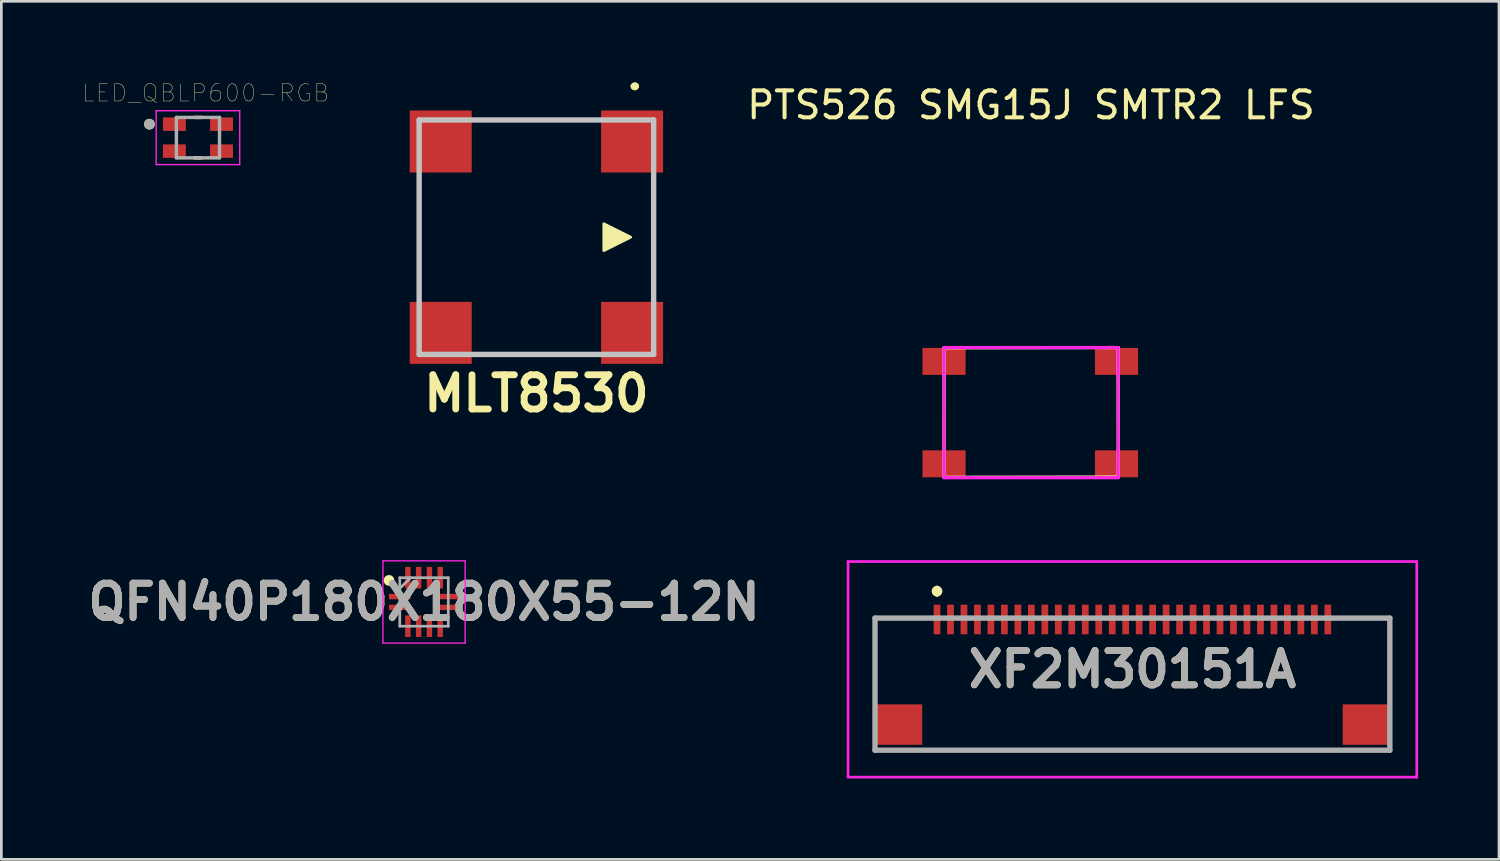
<source format=kicad_pcb>
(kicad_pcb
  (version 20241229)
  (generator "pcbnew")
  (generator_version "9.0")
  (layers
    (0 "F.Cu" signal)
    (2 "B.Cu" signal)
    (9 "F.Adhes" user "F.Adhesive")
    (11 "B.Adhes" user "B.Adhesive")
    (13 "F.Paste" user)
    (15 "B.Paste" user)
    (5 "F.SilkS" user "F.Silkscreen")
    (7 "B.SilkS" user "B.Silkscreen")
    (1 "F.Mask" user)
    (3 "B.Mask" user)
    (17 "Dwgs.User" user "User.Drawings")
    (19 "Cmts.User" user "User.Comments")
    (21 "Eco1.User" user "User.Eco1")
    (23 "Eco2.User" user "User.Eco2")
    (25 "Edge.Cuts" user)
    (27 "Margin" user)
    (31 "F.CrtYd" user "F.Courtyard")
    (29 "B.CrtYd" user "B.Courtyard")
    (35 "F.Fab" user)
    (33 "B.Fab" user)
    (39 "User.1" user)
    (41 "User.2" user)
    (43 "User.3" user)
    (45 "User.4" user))
  (footprint "MLT8530"
    (layer "F.Cu")
    (at 16.851 5.75)
    (property "Reference" "MLT8530" (at 0 5.8 0) (layer "F.SilkS") (effects (font (size 1.27 1.27) (thickness 0.254))))
    (attr smd)
    (fp_line (start -4.35 -1.75) (end -4.35 -1.75) (stroke (width 0.1) (type solid)) (layer "F.SilkS"))
    (fp_line (start -4.35 -1.75) (end -4.35 1.75) (stroke (width 0.1) (type solid)) (layer "F.SilkS"))
    (fp_line (start -4.35 1.75) (end -4.35 -1.75) (stroke (width 0.1) (type solid)) (layer "F.SilkS"))
    (fp_line (start -4.35 1.75) (end -4.35 1.75) (stroke (width 0.1) (type solid)) (layer "F.SilkS"))
    (fp_line (start -1.75 -4.35) (end -1.75 -4.35) (stroke (width 0.1) (type solid)) (layer "F.SilkS"))
    (fp_line (start -1.75 -4.35) (end 1.75 -4.35) (stroke (width 0.1) (type solid)) (layer "F.SilkS"))
    (fp_line (start -1.75 4.35) (end -1.75 4.35) (stroke (width 0.1) (type solid)) (layer "F.SilkS"))
    (fp_line (start -1.75 4.35) (end 1.75 4.35) (stroke (width 0.1) (type solid)) (layer "F.SilkS"))
    (fp_line (start 1.75 -4.35) (end -1.75 -4.35) (stroke (width 0.1) (type solid)) (layer "F.SilkS"))
    (fp_line (start 1.75 -4.35) (end 1.75 -4.35) (stroke (width 0.1) (type solid)) (layer "F.SilkS"))
    (fp_line (start 1.75 4.35) (end -1.75 4.35) (stroke (width 0.1) (type solid)) (layer "F.SilkS"))
    (fp_line (start 1.75 4.35) (end 1.75 4.35) (stroke (width 0.1) (type solid)) (layer "F.SilkS"))
    (fp_line (start 3.6 -5.6) (end 3.6 -5.6) (stroke (width 0.2) (type solid)) (layer "F.SilkS"))
    (fp_line (start 3.6 -5.6) (end 3.6 -5.6) (stroke (width 0.2) (type solid)) (layer "F.SilkS"))
    (fp_line (start 3.7 -5.6) (end 3.7 -5.6) (stroke (width 0.2) (type solid)) (layer "F.SilkS"))
    (fp_line (start 4.35 -1.75) (end 4.35 -1.75) (stroke (width 0.1) (type solid)) (layer "F.SilkS"))
    (fp_line (start 4.35 -1.75) (end 4.35 1.75) (stroke (width 0.1) (type solid)) (layer "F.SilkS"))
    (fp_line (start 4.35 1.75) (end 4.35 -1.75) (stroke (width 0.1) (type solid)) (layer "F.SilkS"))
    (fp_line (start 4.35 1.75) (end 4.35 1.75) (stroke (width 0.1) (type solid)) (layer "F.SilkS"))
    (fp_arc (start 3.6 -5.6) (mid 3.65 -5.65) (end 3.7 -5.6) (stroke (width 0.2) (type solid)) (layer "F.SilkS"))
    (fp_arc (start 3.7 -5.6) (mid 3.65 -5.55) (end 3.6 -5.6) (stroke (width 0.2) (type solid)) (layer "F.SilkS"))
    (fp_arc (start 3.7 -5.6) (mid 3.65 -5.55) (end 3.6 -5.6) (stroke (width 0.2) (type solid)) (layer "F.SilkS"))
    (fp_poly (pts (xy 2.5 0.5) (xy 2.5 0) (xy 2.5 -0.5) (xy 3.5 0)) (stroke (width 0.1) (type solid)) (fill yes) (layer "F.SilkS"))
    (fp_line (start -4.35 -4.35) (end -4.35 4.35) (stroke (width 0.2) (type solid)) (layer "Dwgs.User"))
    (fp_line (start -4.35 4.35) (end 4.35 4.35) (stroke (width 0.2) (type solid)) (layer "Dwgs.User"))
    (fp_line (start 4.35 -4.35) (end -4.35 -4.35) (stroke (width 0.2) (type solid)) (layer "Dwgs.User"))
    (fp_line (start 4.35 4.35) (end 4.35 -4.35) (stroke (width 0.2) (type solid)) (layer "Dwgs.User"))
    (pad "1" smd rect (at 3.55 -3.55 90) (size 2.3 2.3) (layers "F.Cu" "F.Mask" "F.Paste"))
    (pad "2" smd rect (at -3.55 -3.55 90) (size 2.3 2.3) (layers "F.Cu" "F.Mask" "F.Paste"))
    (pad "3" smd rect (at -3.55 3.55 90) (size 2.3 2.3) (layers "F.Cu" "F.Mask" "F.Paste"))
    (pad "4" smd rect (at 3.55 3.55 90) (size 2.3 2.3) (layers "F.Cu" "F.Mask" "F.Paste")))
  (footprint "LED_QBLP600-RGB"
    (layer "F.Cu")
    (at 4.294 2.057)
    (property "Reference" "LED_QBLP600-RGB" (at 0.282 -1.656 0) (layer "F.SilkS") (effects (font (size 0.64 0.64) (thickness 0.015))))
    (attr through_hole)
    (fp_line (start -0.13 -0.75) (end 0.13 -0.75) (stroke (width 0.127) (type solid)) (layer "F.SilkS"))
    (fp_line (start -0.13 0.75) (end 0.13 0.75) (stroke (width 0.127) (type solid)) (layer "F.SilkS"))
    (fp_circle (center -1.8 -0.5) (end -1.7 -0.5) (stroke (width 0.2) (type solid)) (fill no) (layer "F.SilkS"))
    (fp_line (start -1.55 -1) (end 1.55 -1) (stroke (width 0.05) (type solid)) (layer "F.CrtYd"))
    (fp_line (start -1.55 1) (end -1.55 -1) (stroke (width 0.05) (type solid)) (layer "F.CrtYd"))
    (fp_line (start 1.55 -1) (end 1.55 1) (stroke (width 0.05) (type solid)) (layer "F.CrtYd"))
    (fp_line (start 1.55 1) (end -1.55 1) (stroke (width 0.05) (type solid)) (layer "F.CrtYd"))
    (fp_line (start -0.8 -0.75) (end 0.8 -0.75) (stroke (width 0.127) (type solid)) (layer "F.Fab"))
    (fp_line (start -0.8 0.75) (end -0.8 -0.75) (stroke (width 0.127) (type solid)) (layer "F.Fab"))
    (fp_line (start 0.8 -0.75) (end 0.8 0.75) (stroke (width 0.127) (type solid)) (layer "F.Fab"))
    (fp_line (start 0.8 0.75) (end -0.8 0.75) (stroke (width 0.127) (type solid)) (layer "F.Fab"))
    (fp_circle (center -1.8 -0.5) (end -1.7 -0.5) (stroke (width 0.2) (type solid)) (fill no) (layer "F.Fab"))
    (pad "1" smd rect (at -0.875 -0.5) (size 0.85 0.5) (layers "F.Cu" "F.Mask" "F.Paste"))
    (pad "2" smd rect (at 0.875 -0.5) (size 0.85 0.5) (layers "F.Cu" "F.Mask" "F.Paste"))
    (pad "3" smd rect (at -0.875 0.5) (size 0.85 0.5) (layers "F.Cu" "F.Mask" "F.Paste"))
    (pad "4" smd rect (at 0.875 0.5) (size 0.85 0.5) (layers "F.Cu" "F.Mask" "F.Paste")))
  (footprint "QFN40P180X180X55-12N"
    (layer "F.Cu")
    (at 12.682 19.283)
    (property "Reference" "QFN40P180X180X55-12N" (at 0 0 0) (layer "F.SilkS") (effects (font (size 1.27 1.27) (thickness 0.254))))
    (attr smd)
    (fp_circle (center -1.3 -0.8) (end -1.3 -0.7) (stroke (width 0.2) (type solid)) (fill no) (layer "F.SilkS"))
    (fp_line (start -1.525 -1.525) (end 1.525 -1.525) (stroke (width 0.05) (type solid)) (layer "F.CrtYd"))
    (fp_line (start -1.525 1.525) (end -1.525 -1.525) (stroke (width 0.05) (type solid)) (layer "F.CrtYd"))
    (fp_line (start 1.525 -1.525) (end 1.525 1.525) (stroke (width 0.05) (type solid)) (layer "F.CrtYd"))
    (fp_line (start 1.525 1.525) (end -1.525 1.525) (stroke (width 0.05) (type solid)) (layer "F.CrtYd"))
    (fp_line (start -0.9 -0.9) (end 0.9 -0.9) (stroke (width 0.1) (type solid)) (layer "F.Fab"))
    (fp_line (start -0.9 -0.5) (end -0.5 -0.9) (stroke (width 0.1) (type solid)) (layer "F.Fab"))
    (fp_line (start -0.9 0.9) (end -0.9 -0.9) (stroke (width 0.1) (type solid)) (layer "F.Fab"))
    (fp_line (start 0.9 -0.9) (end 0.9 0.9) (stroke (width 0.1) (type solid)) (layer "F.Fab"))
    (fp_line (start 0.9 0.9) (end -0.9 0.9) (stroke (width 0.1) (type solid)) (layer "F.Fab"))
    (fp_text user "${REFERENCE}" (at 0 0 0) (layer "F.Fab") (effects (font (size 1.27 1.27) (thickness 0.254))))
    (pad "1" smd rect (at -0.9 -0.2 90) (size 0.2 0.8) (layers "F.Cu" "F.Mask" "F.Paste"))
    (pad "2" smd rect (at -0.9 0.2 90) (size 0.2 0.8) (layers "F.Cu" "F.Mask" "F.Paste"))
    (pad "3" smd rect (at -0.6 0.9) (size 0.2 0.8) (layers "F.Cu" "F.Mask" "F.Paste"))
    (pad "4" smd rect (at -0.2 0.9) (size 0.2 0.8) (layers "F.Cu" "F.Mask" "F.Paste"))
    (pad "5" smd rect (at 0.2 0.9) (size 0.2 0.8) (layers "F.Cu" "F.Mask" "F.Paste"))
    (pad "6" smd rect (at 0.6 0.9) (size 0.2 0.8) (layers "F.Cu" "F.Mask" "F.Paste"))
    (pad "7" smd rect (at 0.9 0.2 90) (size 0.2 0.8) (layers "F.Cu" "F.Mask" "F.Paste"))
    (pad "8" smd rect (at 0.9 -0.2 90) (size 0.2 0.8) (layers "F.Cu" "F.Mask" "F.Paste"))
    (pad "9" smd rect (at 0.6 -0.9) (size 0.2 0.8) (layers "F.Cu" "F.Mask" "F.Paste"))
    (pad "10" smd rect (at 0.2 -0.9) (size 0.2 0.8) (layers "F.Cu" "F.Mask" "F.Paste"))
    (pad "11" smd rect (at -0.2 -0.9) (size 0.2 0.8) (layers "F.Cu" "F.Mask" "F.Paste"))
    (pad "12" smd rect (at -0.6 -0.9) (size 0.2 0.8) (layers "F.Cu" "F.Mask" "F.Paste")))
  (footprint "XF2M30151A"
    (layer "F.Cu")
    (at 38.964 21.783)
    (property "Reference" "XF2M30151A" (at 0 0 0) (layer "F.SilkS") (effects (font (size 1.27 1.27) (thickness 0.254))))
    (attr smd)
    (fp_line (start -9.55 -1.9) (end -9.55 0.6) (stroke (width 0.1) (type solid)) (layer "F.SilkS"))
    (fp_line (start -9.5 3) (end 9.5 3) (stroke (width 0.1) (type solid)) (layer "F.SilkS"))
    (fp_line (start -8 -1.9) (end -9.55 -1.9) (stroke (width 0.1) (type solid)) (layer "F.SilkS"))
    (fp_line (start -7.25 -3) (end -7.25 -3) (stroke (width 0.2) (type solid)) (layer "F.SilkS"))
    (fp_line (start -7.25 -2.8) (end -7.25 -2.8) (stroke (width 0.2) (type solid)) (layer "F.SilkS"))
    (fp_line (start 8 -1.9) (end 9.55 -1.9) (stroke (width 0.1) (type solid)) (layer "F.SilkS"))
    (fp_line (start 9.55 -1.9) (end 9.55 0.6) (stroke (width 0.1) (type solid)) (layer "F.SilkS"))
    (fp_arc (start -7.25 -3) (mid -7.15 -2.9) (end -7.25 -2.8) (stroke (width 0.2) (type solid)) (layer "F.SilkS"))
    (fp_arc (start -7.25 -2.8) (mid -7.35 -2.9) (end -7.25 -3) (stroke (width 0.2) (type solid)) (layer "F.SilkS"))
    (fp_line (start -10.55 -4) (end 10.55 -4) (stroke (width 0.1) (type solid)) (layer "F.CrtYd"))
    (fp_line (start -10.55 4) (end -10.55 -4) (stroke (width 0.1) (type solid)) (layer "F.CrtYd"))
    (fp_line (start 10.55 -4) (end 10.55 4) (stroke (width 0.1) (type solid)) (layer "F.CrtYd"))
    (fp_line (start 10.55 4) (end -10.55 4) (stroke (width 0.1) (type solid)) (layer "F.CrtYd"))
    (fp_line (start -9.55 -1.9) (end 9.55 -1.9) (stroke (width 0.2) (type solid)) (layer "F.Fab"))
    (fp_line (start -9.55 3) (end -9.55 -1.9) (stroke (width 0.2) (type solid)) (layer "F.Fab"))
    (fp_line (start 9.55 -1.9) (end 9.55 3) (stroke (width 0.2) (type solid)) (layer "F.Fab"))
    (fp_line (start 9.55 3) (end -9.55 3) (stroke (width 0.2) (type solid)) (layer "F.Fab"))
    (fp_text user "${REFERENCE}" (at 0 0 0) (layer "F.Fab") (effects (font (size 1.27 1.27) (thickness 0.254))))
    (pad "1" smd rect (at -7.25 -1.85) (size 0.25 1.1) (layers "F.Cu" "F.Mask" "F.Paste"))
    (pad "2" smd rect (at -6.75 -1.85) (size 0.25 1.1) (layers "F.Cu" "F.Mask" "F.Paste"))
    (pad "3" smd rect (at -6.25 -1.85) (size 0.25 1.1) (layers "F.Cu" "F.Mask" "F.Paste"))
    (pad "4" smd rect (at -5.75 -1.85) (size 0.25 1.1) (layers "F.Cu" "F.Mask" "F.Paste"))
    (pad "5" smd rect (at -5.25 -1.85) (size 0.25 1.1) (layers "F.Cu" "F.Mask" "F.Paste"))
    (pad "6" smd rect (at -4.75 -1.85) (size 0.25 1.1) (layers "F.Cu" "F.Mask" "F.Paste"))
    (pad "7" smd rect (at -4.25 -1.85) (size 0.25 1.1) (layers "F.Cu" "F.Mask" "F.Paste"))
    (pad "8" smd rect (at -3.75 -1.85) (size 0.25 1.1) (layers "F.Cu" "F.Mask" "F.Paste"))
    (pad "9" smd rect (at -3.25 -1.85) (size 0.25 1.1) (layers "F.Cu" "F.Mask" "F.Paste"))
    (pad "10" smd rect (at -2.75 -1.85) (size 0.25 1.1) (layers "F.Cu" "F.Mask" "F.Paste"))
    (pad "11" smd rect (at -2.25 -1.85) (size 0.25 1.1) (layers "F.Cu" "F.Mask" "F.Paste"))
    (pad "12" smd rect (at -1.75 -1.85) (size 0.25 1.1) (layers "F.Cu" "F.Mask" "F.Paste"))
    (pad "13" smd rect (at -1.25 -1.85) (size 0.25 1.1) (layers "F.Cu" "F.Mask" "F.Paste"))
    (pad "14" smd rect (at -0.75 -1.85) (size 0.25 1.1) (layers "F.Cu" "F.Mask" "F.Paste"))
    (pad "15" smd rect (at -0.25 -1.85) (size 0.25 1.1) (layers "F.Cu" "F.Mask" "F.Paste"))
    (pad "16" smd rect (at 0.25 -1.85) (size 0.25 1.1) (layers "F.Cu" "F.Mask" "F.Paste"))
    (pad "17" smd rect (at 0.75 -1.85) (size 0.25 1.1) (layers "F.Cu" "F.Mask" "F.Paste"))
    (pad "18" smd rect (at 1.25 -1.85) (size 0.25 1.1) (layers "F.Cu" "F.Mask" "F.Paste"))
    (pad "19" smd rect (at 1.75 -1.85) (size 0.25 1.1) (layers "F.Cu" "F.Mask" "F.Paste"))
    (pad "20" smd rect (at 2.25 -1.85) (size 0.25 1.1) (layers "F.Cu" "F.Mask" "F.Paste"))
    (pad "21" smd rect (at 2.75 -1.85) (size 0.25 1.1) (layers "F.Cu" "F.Mask" "F.Paste"))
    (pad "22" smd rect (at 3.25 -1.85) (size 0.25 1.1) (layers "F.Cu" "F.Mask" "F.Paste"))
    (pad "23" smd rect (at 3.75 -1.85) (size 0.25 1.1) (layers "F.Cu" "F.Mask" "F.Paste"))
    (pad "24" smd rect (at 4.25 -1.85) (size 0.25 1.1) (layers "F.Cu" "F.Mask" "F.Paste"))
    (pad "25" smd rect (at 4.75 -1.85) (size 0.25 1.1) (layers "F.Cu" "F.Mask" "F.Paste"))
    (pad "26" smd rect (at 5.25 -1.85) (size 0.25 1.1) (layers "F.Cu" "F.Mask" "F.Paste"))
    (pad "27" smd rect (at 5.75 -1.85) (size 0.25 1.1) (layers "F.Cu" "F.Mask" "F.Paste"))
    (pad "28" smd rect (at 6.25 -1.85) (size 0.25 1.1) (layers "F.Cu" "F.Mask" "F.Paste"))
    (pad "29" smd rect (at 6.75 -1.85) (size 0.25 1.1) (layers "F.Cu" "F.Mask" "F.Paste"))
    (pad "30" smd rect (at 7.25 -1.85) (size 0.25 1.1) (layers "F.Cu" "F.Mask" "F.Paste"))
    (pad "31" smd rect (at -8.675 2.05 90) (size 1.5 1.75) (layers "F.Cu" "F.Mask" "F.Paste"))
    (pad "32" smd rect (at 8.675 2.05 90) (size 1.5 1.75) (layers "F.Cu" "F.Mask" "F.Paste")))
  (footprint "PTS526 SMG15J SMTR2 LFS"
    (layer "F.Cu")
    (at 35.2 12.278)
    (property "Reference" "PTS526 SMG15J SMTR2 LFS" (at 0 -11.43 0) (layer "F.SilkS") (effects (font (size 1 1) (thickness 0.15))))
    (attr through_hole)
    (fp_line (start -3.226 2.38) (end -3.221 -2.423) (stroke (width 0.12) (type solid)) (layer "F.SilkS"))
    (fp_line (start -3.221 -2.423) (end 3.233 -2.433) (stroke (width 0.12) (type solid)) (layer "F.SilkS"))
    (fp_line (start 3.233 -2.433) (end 3.239 2.37) (stroke (width 0.12) (type solid)) (layer "F.SilkS"))
    (fp_line (start 3.239 2.37) (end -3.226 2.38) (stroke (width 0.12) (type solid)) (layer "F.SilkS"))
    (fp_line (start -3.226 -2.433) (end 3.233 -2.433) (stroke (width 0.12) (type solid)) (layer "F.CrtYd"))
    (fp_line (start -3.226 2.395) (end -3.226 -2.433) (stroke (width 0.12) (type solid)) (layer "F.CrtYd"))
    (fp_line (start 3.233 -2.433) (end 3.236 2.395) (stroke (width 0.12) (type solid)) (layer "F.CrtYd"))
    (fp_line (start 3.236 2.395) (end -3.226 2.395) (stroke (width 0.12) (type solid)) (layer "F.CrtYd"))
    (pad "1" smd rect (at -3.226 -1.92) (size 1.6 1) (layers "F.Cu" "F.Mask" "F.Paste"))
    (pad "1" smd rect (at 3.174 -1.92) (size 1.6 1) (layers "F.Cu" "F.Mask" "F.Paste"))
    (pad "2" smd rect (at -3.226 1.88) (size 1.6 1) (layers "F.Cu" "F.Mask" "F.Paste"))
    (pad "2" smd rect (at 3.174 1.88) (size 1.6 1) (layers "F.Cu" "F.Mask" "F.Paste")))
  (gr_rect
    (start -3 -3)
    (end 52.564 28.833)
    (stroke (width 0.1) (type default))
    (fill no)
    (layer "Edge.Cuts")))
</source>
